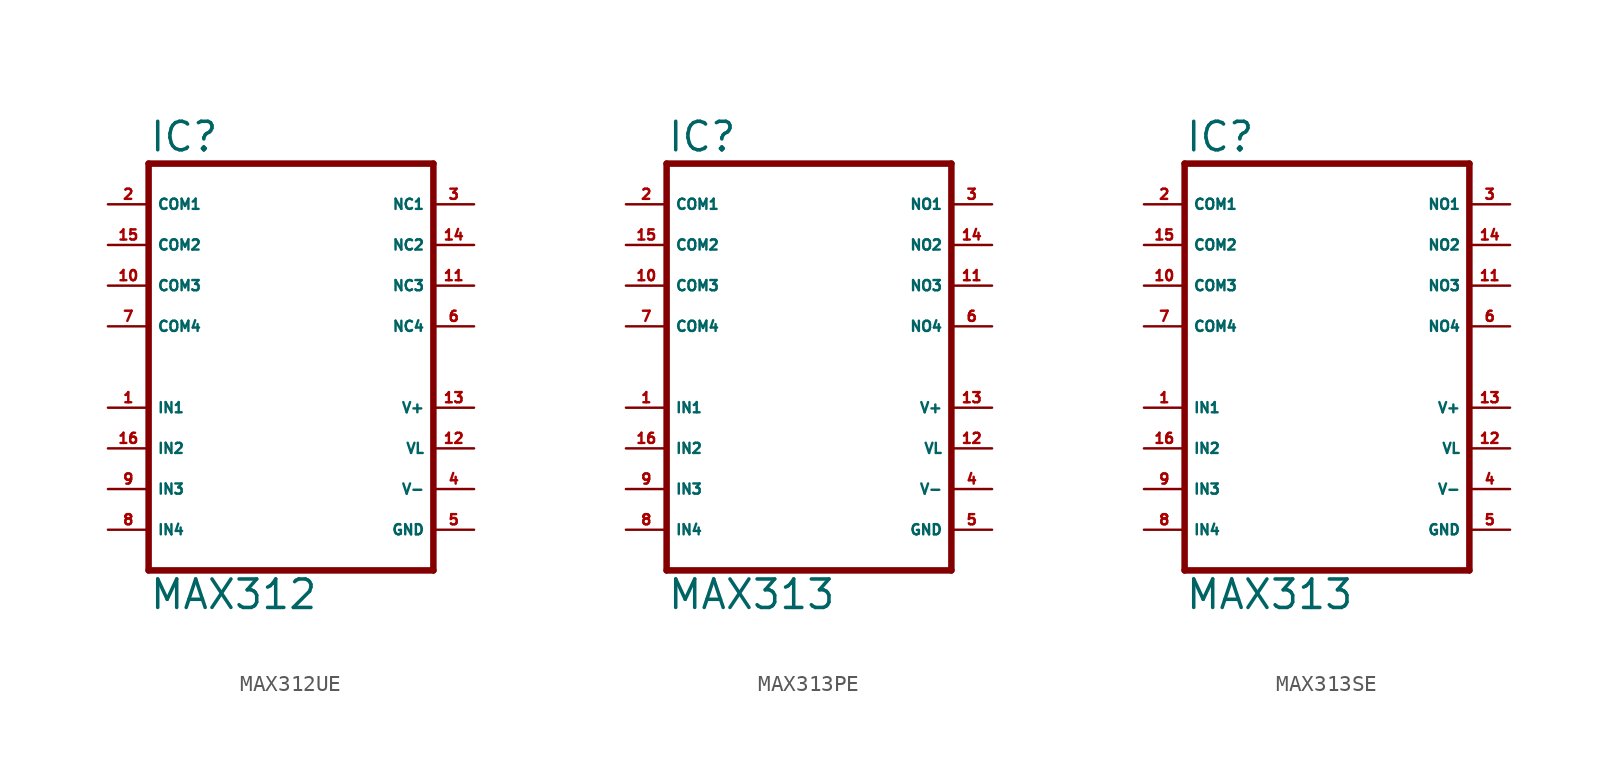
<source format=kicad_sym>
(kicad_symbol_lib
  (version 20220914)
  (generator Eagle2Kicad)
  (symbol "MAX312UE"
    (property "Reference" "IC"
      (at -10.16 13.335 0)
      (effects (font (size 1.778 1.778) (thickness 0.22)) (justify left bottom)))
    (property "Value" "MAX312"
      (at -10.16 -15.24 0)
      (effects (font (size 1.778 1.778) (thickness 0.22)) (justify left bottom)))
    (polyline
      (pts (xy 7.62 -12.7) (xy -10.16 -12.7))
      (stroke (width 0.406) (type default))
      (fill (type none)))
    (polyline
      (pts (xy -10.16 12.7) (xy -10.16 -12.7))
      (stroke (width 0.406) (type default))
      (fill (type none)))
    (polyline
      (pts (xy -10.16 12.7) (xy 7.62 12.7))
      (stroke (width 0.406) (type default))
      (fill (type none)))
    (polyline
      (pts (xy 7.62 -12.7) (xy 7.62 12.7))
      (stroke (width 0.406) (type default))
      (fill (type none)))
    (pin input line
      (at -12.7 -2.54 0)
      (length 2.54)
      (name "IN1" (effects (font (size 0.635 0.635) (thickness 0.08)) (justify left bottom)))
      (number "1" (effects (font (size 0.635 0.635) (thickness 0.08)) (justify left bottom))))
    (pin input line
      (at -12.7 -5.08 0)
      (length 2.54)
      (name "IN2" (effects (font (size 0.635 0.635) (thickness 0.08)) (justify left bottom)))
      (number "16" (effects (font (size 0.635 0.635) (thickness 0.08)) (justify left bottom))))
    (pin passive line
      (at -12.7 10.16 0)
      (length 2.54)
      (name "COM1" (effects (font (size 0.635 0.635) (thickness 0.08)) (justify left bottom)))
      (number "2" (effects (font (size 0.635 0.635) (thickness 0.08)) (justify left bottom))))
    (pin passive line
      (at -12.7 7.62 0)
      (length 2.54)
      (name "COM2" (effects (font (size 0.635 0.635) (thickness 0.08)) (justify left bottom)))
      (number "15" (effects (font (size 0.635 0.635) (thickness 0.08)) (justify left bottom))))
    (pin passive line
      (at -12.7 5.08 0)
      (length 2.54)
      (name "COM3" (effects (font (size 0.635 0.635) (thickness 0.08)) (justify left bottom)))
      (number "10" (effects (font (size 0.635 0.635) (thickness 0.08)) (justify left bottom))))
    (pin passive line
      (at 10.16 10.16 180)
      (length 2.54)
      (name "NC1" (effects (font (size 0.635 0.635) (thickness 0.08)) (justify left bottom)))
      (number "3" (effects (font (size 0.635 0.635) (thickness 0.08)) (justify left bottom))))
    (pin passive line
      (at 10.16 7.62 180)
      (length 2.54)
      (name "NC2" (effects (font (size 0.635 0.635) (thickness 0.08)) (justify left bottom)))
      (number "14" (effects (font (size 0.635 0.635) (thickness 0.08)) (justify left bottom))))
    (pin passive line
      (at 10.16 5.08 180)
      (length 2.54)
      (name "NC3" (effects (font (size 0.635 0.635) (thickness 0.08)) (justify left bottom)))
      (number "11" (effects (font (size 0.635 0.635) (thickness 0.08)) (justify left bottom))))
    (pin unspecified line
      (at 10.16 -10.16 180)
      (length 2.54)
      (name "GND" (effects (font (size 0.635 0.635) (thickness 0.08)) (justify left bottom)))
      (number "5" (effects (font (size 0.635 0.635) (thickness 0.08)) (justify left bottom))))
    (pin unspecified line
      (at 10.16 -7.62 180)
      (length 2.54)
      (name "V-" (effects (font (size 0.635 0.635) (thickness 0.08)) (justify left bottom)))
      (number "4" (effects (font (size 0.635 0.635) (thickness 0.08)) (justify left bottom))))
    (pin unspecified line
      (at 10.16 -2.54 180)
      (length 2.54)
      (name "V+" (effects (font (size 0.635 0.635) (thickness 0.08)) (justify left bottom)))
      (number "13" (effects (font (size 0.635 0.635) (thickness 0.08)) (justify left bottom))))
    (pin unspecified line
      (at 10.16 -5.08 180)
      (length 2.54)
      (name "VL" (effects (font (size 0.635 0.635) (thickness 0.08)) (justify left bottom)))
      (number "12" (effects (font (size 0.635 0.635) (thickness 0.08)) (justify left bottom))))
    (pin passive line
      (at 10.16 2.54 180)
      (length 2.54)
      (name "NC4" (effects (font (size 0.635 0.635) (thickness 0.08)) (justify left bottom)))
      (number "6" (effects (font (size 0.635 0.635) (thickness 0.08)) (justify left bottom))))
    (pin passive line
      (at -12.7 2.54 0)
      (length 2.54)
      (name "COM4" (effects (font (size 0.635 0.635) (thickness 0.08)) (justify left bottom)))
      (number "7" (effects (font (size 0.635 0.635) (thickness 0.08)) (justify left bottom))))
    (pin input line
      (at -12.7 -7.62 0)
      (length 2.54)
      (name "IN3" (effects (font (size 0.635 0.635) (thickness 0.08)) (justify left bottom)))
      (number "9" (effects (font (size 0.635 0.635) (thickness 0.08)) (justify left bottom))))
    (pin input line
      (at -12.7 -10.16 0)
      (length 2.54)
      (name "IN4" (effects (font (size 0.635 0.635) (thickness 0.08)) (justify left bottom)))
      (number "8" (effects (font (size 0.635 0.635) (thickness 0.08)) (justify left bottom)))))
  (symbol "MAX313PE"
    (property "Reference" "IC"
      (at -10.16 13.335 0)
      (effects (font (size 1.778 1.778) (thickness 0.22)) (justify left bottom)))
    (property "Value" "MAX313"
      (at -10.16 -15.24 0)
      (effects (font (size 1.778 1.778) (thickness 0.22)) (justify left bottom)))
    (polyline
      (pts (xy 7.62 -12.7) (xy -10.16 -12.7))
      (stroke (width 0.406) (type default))
      (fill (type none)))
    (polyline
      (pts (xy -10.16 12.7) (xy -10.16 -12.7))
      (stroke (width 0.406) (type default))
      (fill (type none)))
    (polyline
      (pts (xy -10.16 12.7) (xy 7.62 12.7))
      (stroke (width 0.406) (type default))
      (fill (type none)))
    (polyline
      (pts (xy 7.62 -12.7) (xy 7.62 12.7))
      (stroke (width 0.406) (type default))
      (fill (type none)))
    (pin input line
      (at -12.7 -2.54 0)
      (length 2.54)
      (name "IN1" (effects (font (size 0.635 0.635) (thickness 0.08)) (justify left bottom)))
      (number "1" (effects (font (size 0.635 0.635) (thickness 0.08)) (justify left bottom))))
    (pin input line
      (at -12.7 -5.08 0)
      (length 2.54)
      (name "IN2" (effects (font (size 0.635 0.635) (thickness 0.08)) (justify left bottom)))
      (number "16" (effects (font (size 0.635 0.635) (thickness 0.08)) (justify left bottom))))
    (pin passive line
      (at -12.7 10.16 0)
      (length 2.54)
      (name "COM1" (effects (font (size 0.635 0.635) (thickness 0.08)) (justify left bottom)))
      (number "2" (effects (font (size 0.635 0.635) (thickness 0.08)) (justify left bottom))))
    (pin passive line
      (at -12.7 7.62 0)
      (length 2.54)
      (name "COM2" (effects (font (size 0.635 0.635) (thickness 0.08)) (justify left bottom)))
      (number "15" (effects (font (size 0.635 0.635) (thickness 0.08)) (justify left bottom))))
    (pin passive line
      (at -12.7 5.08 0)
      (length 2.54)
      (name "COM3" (effects (font (size 0.635 0.635) (thickness 0.08)) (justify left bottom)))
      (number "10" (effects (font (size 0.635 0.635) (thickness 0.08)) (justify left bottom))))
    (pin passive line
      (at 10.16 10.16 180)
      (length 2.54)
      (name "NO1" (effects (font (size 0.635 0.635) (thickness 0.08)) (justify left bottom)))
      (number "3" (effects (font (size 0.635 0.635) (thickness 0.08)) (justify left bottom))))
    (pin passive line
      (at 10.16 7.62 180)
      (length 2.54)
      (name "NO2" (effects (font (size 0.635 0.635) (thickness 0.08)) (justify left bottom)))
      (number "14" (effects (font (size 0.635 0.635) (thickness 0.08)) (justify left bottom))))
    (pin passive line
      (at 10.16 5.08 180)
      (length 2.54)
      (name "NO3" (effects (font (size 0.635 0.635) (thickness 0.08)) (justify left bottom)))
      (number "11" (effects (font (size 0.635 0.635) (thickness 0.08)) (justify left bottom))))
    (pin unspecified line
      (at 10.16 -10.16 180)
      (length 2.54)
      (name "GND" (effects (font (size 0.635 0.635) (thickness 0.08)) (justify left bottom)))
      (number "5" (effects (font (size 0.635 0.635) (thickness 0.08)) (justify left bottom))))
    (pin unspecified line
      (at 10.16 -7.62 180)
      (length 2.54)
      (name "V-" (effects (font (size 0.635 0.635) (thickness 0.08)) (justify left bottom)))
      (number "4" (effects (font (size 0.635 0.635) (thickness 0.08)) (justify left bottom))))
    (pin unspecified line
      (at 10.16 -2.54 180)
      (length 2.54)
      (name "V+" (effects (font (size 0.635 0.635) (thickness 0.08)) (justify left bottom)))
      (number "13" (effects (font (size 0.635 0.635) (thickness 0.08)) (justify left bottom))))
    (pin unspecified line
      (at 10.16 -5.08 180)
      (length 2.54)
      (name "VL" (effects (font (size 0.635 0.635) (thickness 0.08)) (justify left bottom)))
      (number "12" (effects (font (size 0.635 0.635) (thickness 0.08)) (justify left bottom))))
    (pin passive line
      (at 10.16 2.54 180)
      (length 2.54)
      (name "NO4" (effects (font (size 0.635 0.635) (thickness 0.08)) (justify left bottom)))
      (number "6" (effects (font (size 0.635 0.635) (thickness 0.08)) (justify left bottom))))
    (pin passive line
      (at -12.7 2.54 0)
      (length 2.54)
      (name "COM4" (effects (font (size 0.635 0.635) (thickness 0.08)) (justify left bottom)))
      (number "7" (effects (font (size 0.635 0.635) (thickness 0.08)) (justify left bottom))))
    (pin input line
      (at -12.7 -7.62 0)
      (length 2.54)
      (name "IN3" (effects (font (size 0.635 0.635) (thickness 0.08)) (justify left bottom)))
      (number "9" (effects (font (size 0.635 0.635) (thickness 0.08)) (justify left bottom))))
    (pin input line
      (at -12.7 -10.16 0)
      (length 2.54)
      (name "IN4" (effects (font (size 0.635 0.635) (thickness 0.08)) (justify left bottom)))
      (number "8" (effects (font (size 0.635 0.635) (thickness 0.08)) (justify left bottom)))))
  (symbol "MAX313SE"
    (property "Reference" "IC"
      (at -10.16 13.335 0)
      (effects (font (size 1.778 1.778) (thickness 0.22)) (justify left bottom)))
    (property "Value" "MAX313"
      (at -10.16 -15.24 0)
      (effects (font (size 1.778 1.778) (thickness 0.22)) (justify left bottom)))
    (polyline
      (pts (xy 7.62 -12.7) (xy -10.16 -12.7))
      (stroke (width 0.406) (type default))
      (fill (type none)))
    (polyline
      (pts (xy -10.16 12.7) (xy -10.16 -12.7))
      (stroke (width 0.406) (type default))
      (fill (type none)))
    (polyline
      (pts (xy -10.16 12.7) (xy 7.62 12.7))
      (stroke (width 0.406) (type default))
      (fill (type none)))
    (polyline
      (pts (xy 7.62 -12.7) (xy 7.62 12.7))
      (stroke (width 0.406) (type default))
      (fill (type none)))
    (pin input line
      (at -12.7 -2.54 0)
      (length 2.54)
      (name "IN1" (effects (font (size 0.635 0.635) (thickness 0.08)) (justify left bottom)))
      (number "1" (effects (font (size 0.635 0.635) (thickness 0.08)) (justify left bottom))))
    (pin input line
      (at -12.7 -5.08 0)
      (length 2.54)
      (name "IN2" (effects (font (size 0.635 0.635) (thickness 0.08)) (justify left bottom)))
      (number "16" (effects (font (size 0.635 0.635) (thickness 0.08)) (justify left bottom))))
    (pin passive line
      (at -12.7 10.16 0)
      (length 2.54)
      (name "COM1" (effects (font (size 0.635 0.635) (thickness 0.08)) (justify left bottom)))
      (number "2" (effects (font (size 0.635 0.635) (thickness 0.08)) (justify left bottom))))
    (pin passive line
      (at -12.7 7.62 0)
      (length 2.54)
      (name "COM2" (effects (font (size 0.635 0.635) (thickness 0.08)) (justify left bottom)))
      (number "15" (effects (font (size 0.635 0.635) (thickness 0.08)) (justify left bottom))))
    (pin passive line
      (at -12.7 5.08 0)
      (length 2.54)
      (name "COM3" (effects (font (size 0.635 0.635) (thickness 0.08)) (justify left bottom)))
      (number "10" (effects (font (size 0.635 0.635) (thickness 0.08)) (justify left bottom))))
    (pin passive line
      (at 10.16 10.16 180)
      (length 2.54)
      (name "NO1" (effects (font (size 0.635 0.635) (thickness 0.08)) (justify left bottom)))
      (number "3" (effects (font (size 0.635 0.635) (thickness 0.08)) (justify left bottom))))
    (pin passive line
      (at 10.16 7.62 180)
      (length 2.54)
      (name "NO2" (effects (font (size 0.635 0.635) (thickness 0.08)) (justify left bottom)))
      (number "14" (effects (font (size 0.635 0.635) (thickness 0.08)) (justify left bottom))))
    (pin passive line
      (at 10.16 5.08 180)
      (length 2.54)
      (name "NO3" (effects (font (size 0.635 0.635) (thickness 0.08)) (justify left bottom)))
      (number "11" (effects (font (size 0.635 0.635) (thickness 0.08)) (justify left bottom))))
    (pin unspecified line
      (at 10.16 -10.16 180)
      (length 2.54)
      (name "GND" (effects (font (size 0.635 0.635) (thickness 0.08)) (justify left bottom)))
      (number "5" (effects (font (size 0.635 0.635) (thickness 0.08)) (justify left bottom))))
    (pin unspecified line
      (at 10.16 -7.62 180)
      (length 2.54)
      (name "V-" (effects (font (size 0.635 0.635) (thickness 0.08)) (justify left bottom)))
      (number "4" (effects (font (size 0.635 0.635) (thickness 0.08)) (justify left bottom))))
    (pin unspecified line
      (at 10.16 -2.54 180)
      (length 2.54)
      (name "V+" (effects (font (size 0.635 0.635) (thickness 0.08)) (justify left bottom)))
      (number "13" (effects (font (size 0.635 0.635) (thickness 0.08)) (justify left bottom))))
    (pin unspecified line
      (at 10.16 -5.08 180)
      (length 2.54)
      (name "VL" (effects (font (size 0.635 0.635) (thickness 0.08)) (justify left bottom)))
      (number "12" (effects (font (size 0.635 0.635) (thickness 0.08)) (justify left bottom))))
    (pin passive line
      (at 10.16 2.54 180)
      (length 2.54)
      (name "NO4" (effects (font (size 0.635 0.635) (thickness 0.08)) (justify left bottom)))
      (number "6" (effects (font (size 0.635 0.635) (thickness 0.08)) (justify left bottom))))
    (pin passive line
      (at -12.7 2.54 0)
      (length 2.54)
      (name "COM4" (effects (font (size 0.635 0.635) (thickness 0.08)) (justify left bottom)))
      (number "7" (effects (font (size 0.635 0.635) (thickness 0.08)) (justify left bottom))))
    (pin input line
      (at -12.7 -7.62 0)
      (length 2.54)
      (name "IN3" (effects (font (size 0.635 0.635) (thickness 0.08)) (justify left bottom)))
      (number "9" (effects (font (size 0.635 0.635) (thickness 0.08)) (justify left bottom))))
    (pin input line
      (at -12.7 -10.16 0)
      (length 2.54)
      (name "IN4" (effects (font (size 0.635 0.635) (thickness 0.08)) (justify left bottom)))
      (number "8" (effects (font (size 0.635 0.635) (thickness 0.08)) (justify left bottom))))))
</source>
